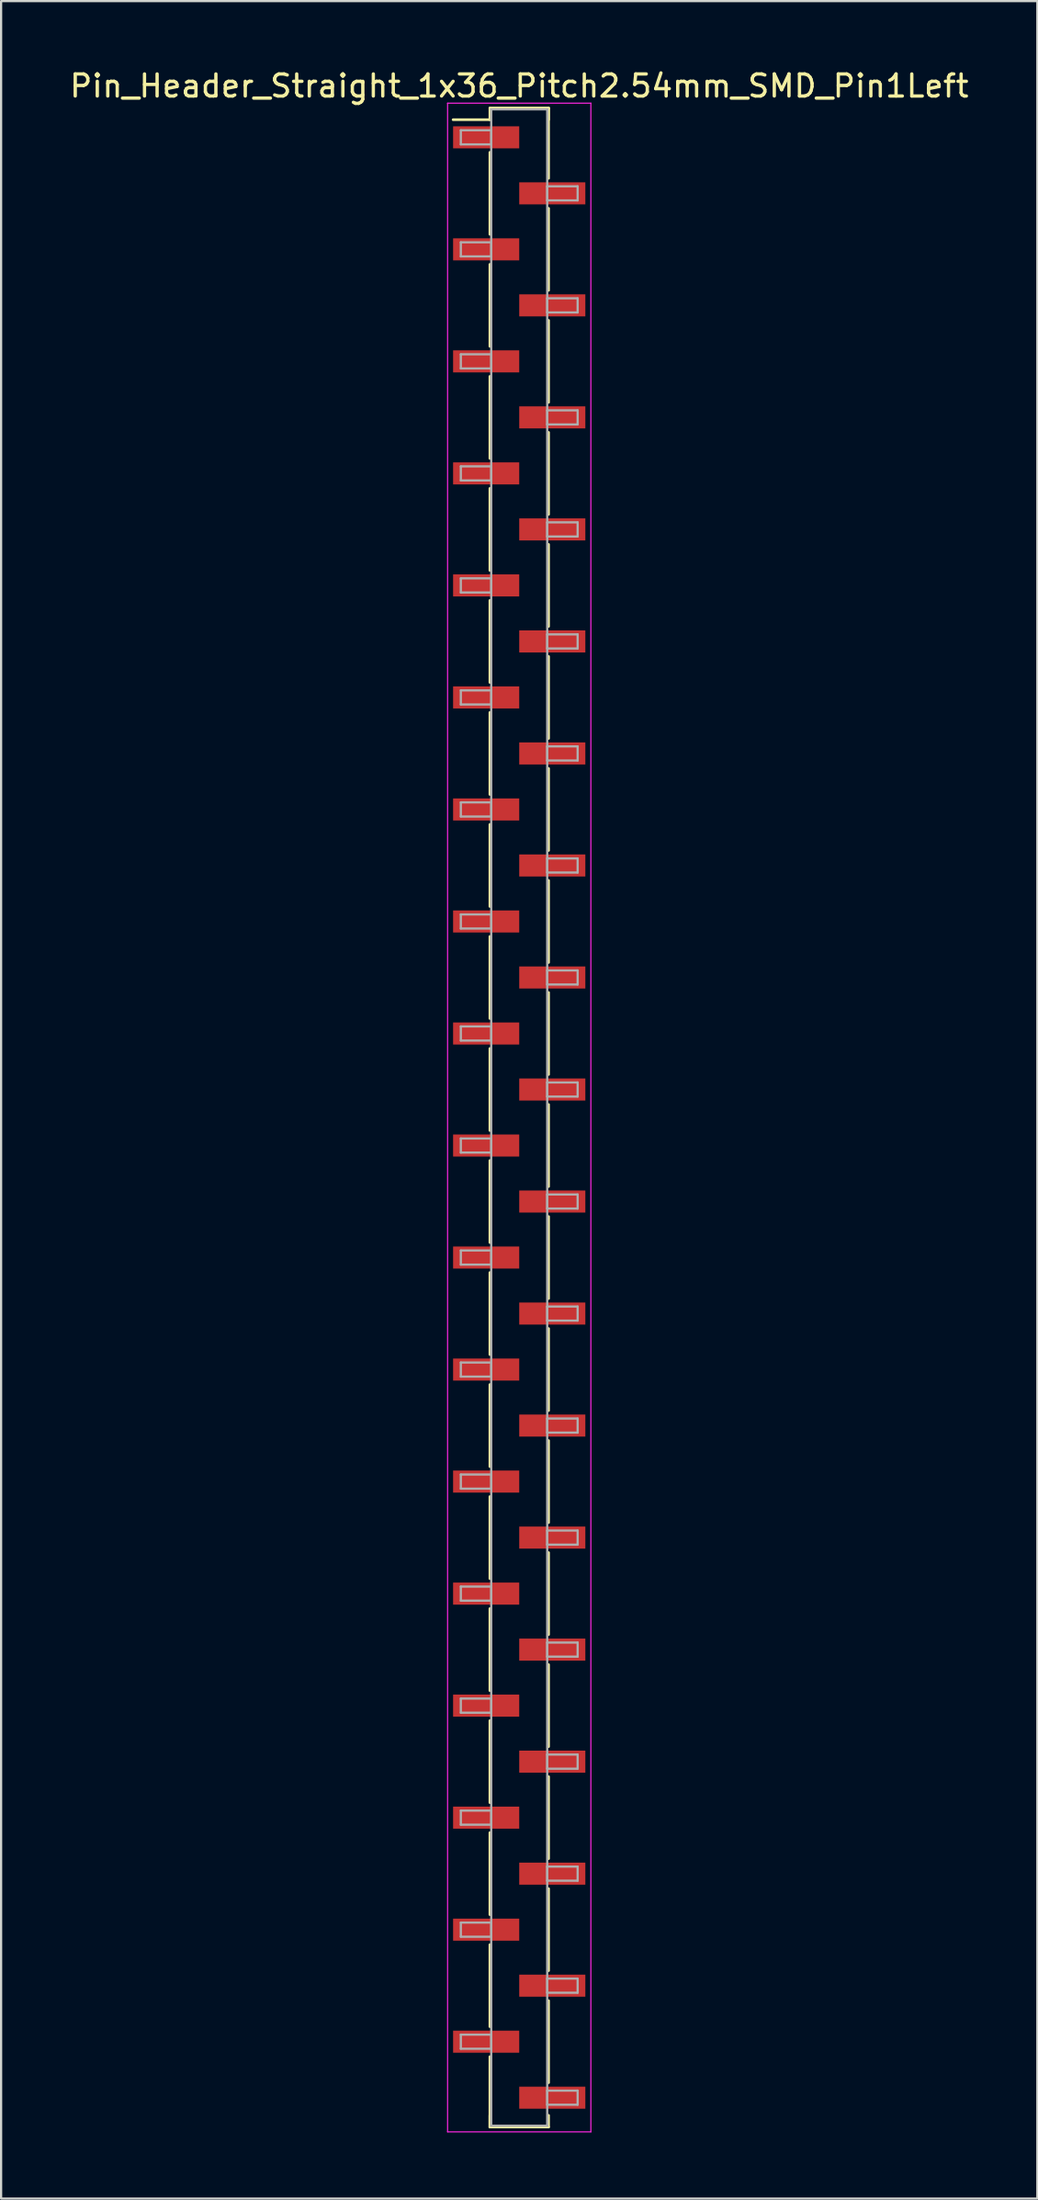
<source format=kicad_pcb>
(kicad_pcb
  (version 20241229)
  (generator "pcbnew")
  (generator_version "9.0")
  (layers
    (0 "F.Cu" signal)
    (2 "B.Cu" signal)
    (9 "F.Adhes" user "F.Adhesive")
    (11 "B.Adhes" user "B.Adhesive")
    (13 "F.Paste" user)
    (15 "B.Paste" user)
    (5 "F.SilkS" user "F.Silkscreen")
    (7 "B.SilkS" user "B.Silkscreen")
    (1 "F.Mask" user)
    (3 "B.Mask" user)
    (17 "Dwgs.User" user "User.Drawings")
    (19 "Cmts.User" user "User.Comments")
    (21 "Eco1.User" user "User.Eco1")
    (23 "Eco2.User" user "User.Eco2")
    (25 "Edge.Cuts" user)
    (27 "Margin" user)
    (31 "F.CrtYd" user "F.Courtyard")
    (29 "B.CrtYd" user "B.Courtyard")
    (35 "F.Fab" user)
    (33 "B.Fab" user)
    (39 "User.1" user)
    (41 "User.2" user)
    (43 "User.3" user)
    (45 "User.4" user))
  (footprint "Pin_Header_Straight_1x36_Pitch2.54mm_SMD_Pin1Left"
    (layer "F.Cu")
    (at 20.506 47.628)
    (property "Reference" "Pin_Header_Straight_1x36_Pitch2.54mm_SMD_Pin1Left" (at 0 -46.78 0) (layer "F.SilkS") (effects (font (size 1 1) (thickness 0.15))))
    (attr smd)
    (fp_line (start -1.33 -45.78) (end 1.33 -45.78) (stroke (width 0.12) (type solid)) (layer "F.SilkS"))
    (fp_line (start -1.33 -45.25) (end -3 -45.25) (stroke (width 0.12) (type solid)) (layer "F.SilkS"))
    (fp_line (start -1.33 -45.25) (end -1.33 -45.78) (stroke (width 0.12) (type solid)) (layer "F.SilkS"))
    (fp_line (start -1.33 -43.77) (end -1.33 -40.05) (stroke (width 0.12) (type solid)) (layer "F.SilkS"))
    (fp_line (start -1.33 -38.69) (end -1.33 -34.97) (stroke (width 0.12) (type solid)) (layer "F.SilkS"))
    (fp_line (start -1.33 -33.61) (end -1.33 -29.89) (stroke (width 0.12) (type solid)) (layer "F.SilkS"))
    (fp_line (start -1.33 -28.53) (end -1.33 -24.81) (stroke (width 0.12) (type solid)) (layer "F.SilkS"))
    (fp_line (start -1.33 -23.45) (end -1.33 -19.73) (stroke (width 0.12) (type solid)) (layer "F.SilkS"))
    (fp_line (start -1.33 -18.37) (end -1.33 -14.65) (stroke (width 0.12) (type solid)) (layer "F.SilkS"))
    (fp_line (start -1.33 -13.29) (end -1.33 -9.57) (stroke (width 0.12) (type solid)) (layer "F.SilkS"))
    (fp_line (start -1.33 -8.21) (end -1.33 -4.49) (stroke (width 0.12) (type solid)) (layer "F.SilkS"))
    (fp_line (start -1.33 -3.13) (end -1.33 0.59) (stroke (width 0.12) (type solid)) (layer "F.SilkS"))
    (fp_line (start -1.33 1.95) (end -1.33 5.67) (stroke (width 0.12) (type solid)) (layer "F.SilkS"))
    (fp_line (start -1.33 7.03) (end -1.33 10.75) (stroke (width 0.12) (type solid)) (layer "F.SilkS"))
    (fp_line (start -1.33 12.11) (end -1.33 15.83) (stroke (width 0.12) (type solid)) (layer "F.SilkS"))
    (fp_line (start -1.33 17.19) (end -1.33 20.91) (stroke (width 0.12) (type solid)) (layer "F.SilkS"))
    (fp_line (start -1.33 22.27) (end -1.33 25.99) (stroke (width 0.12) (type solid)) (layer "F.SilkS"))
    (fp_line (start -1.33 27.35) (end -1.33 31.07) (stroke (width 0.12) (type solid)) (layer "F.SilkS"))
    (fp_line (start -1.33 32.43) (end -1.33 36.15) (stroke (width 0.12) (type solid)) (layer "F.SilkS"))
    (fp_line (start -1.33 37.51) (end -1.33 41.23) (stroke (width 0.12) (type solid)) (layer "F.SilkS"))
    (fp_line (start -1.33 42.59) (end -1.33 45.78) (stroke (width 0.12) (type solid)) (layer "F.SilkS"))
    (fp_line (start -1.33 45.25) (end -1.33 45.78) (stroke (width 0.12) (type solid)) (layer "F.SilkS"))
    (fp_line (start -1.33 45.78) (end 1.33 45.78) (stroke (width 0.12) (type solid)) (layer "F.SilkS"))
    (fp_line (start 1.33 -45.78) (end 1.33 -45.25) (stroke (width 0.12) (type solid)) (layer "F.SilkS"))
    (fp_line (start 1.33 -45.78) (end 1.33 -42.59) (stroke (width 0.12) (type solid)) (layer "F.SilkS"))
    (fp_line (start 1.33 -41.23) (end 1.33 -37.51) (stroke (width 0.12) (type solid)) (layer "F.SilkS"))
    (fp_line (start 1.33 -36.15) (end 1.33 -32.43) (stroke (width 0.12) (type solid)) (layer "F.SilkS"))
    (fp_line (start 1.33 -31.07) (end 1.33 -27.35) (stroke (width 0.12) (type solid)) (layer "F.SilkS"))
    (fp_line (start 1.33 -25.99) (end 1.33 -22.27) (stroke (width 0.12) (type solid)) (layer "F.SilkS"))
    (fp_line (start 1.33 -20.91) (end 1.33 -17.19) (stroke (width 0.12) (type solid)) (layer "F.SilkS"))
    (fp_line (start 1.33 -15.83) (end 1.33 -12.11) (stroke (width 0.12) (type solid)) (layer "F.SilkS"))
    (fp_line (start 1.33 -10.75) (end 1.33 -7.03) (stroke (width 0.12) (type solid)) (layer "F.SilkS"))
    (fp_line (start 1.33 -5.67) (end 1.33 -1.95) (stroke (width 0.12) (type solid)) (layer "F.SilkS"))
    (fp_line (start 1.33 -0.59) (end 1.33 3.13) (stroke (width 0.12) (type solid)) (layer "F.SilkS"))
    (fp_line (start 1.33 4.49) (end 1.33 8.21) (stroke (width 0.12) (type solid)) (layer "F.SilkS"))
    (fp_line (start 1.33 9.57) (end 1.33 13.29) (stroke (width 0.12) (type solid)) (layer "F.SilkS"))
    (fp_line (start 1.33 14.65) (end 1.33 18.37) (stroke (width 0.12) (type solid)) (layer "F.SilkS"))
    (fp_line (start 1.33 19.73) (end 1.33 23.45) (stroke (width 0.12) (type solid)) (layer "F.SilkS"))
    (fp_line (start 1.33 24.81) (end 1.33 28.53) (stroke (width 0.12) (type solid)) (layer "F.SilkS"))
    (fp_line (start 1.33 29.89) (end 1.33 33.61) (stroke (width 0.12) (type solid)) (layer "F.SilkS"))
    (fp_line (start 1.33 34.97) (end 1.33 38.69) (stroke (width 0.12) (type solid)) (layer "F.SilkS"))
    (fp_line (start 1.33 40.05) (end 1.33 43.77) (stroke (width 0.12) (type solid)) (layer "F.SilkS"))
    (fp_line (start 1.33 45.78) (end 1.33 45.25) (stroke (width 0.12) (type solid)) (layer "F.SilkS"))
    (fp_line (start -3.25 -46) (end -3.25 46) (stroke (width 0.05) (type solid)) (layer "F.CrtYd"))
    (fp_line (start -3.25 46) (end 3.25 46) (stroke (width 0.05) (type solid)) (layer "F.CrtYd"))
    (fp_line (start 3.25 -46) (end -3.25 -46) (stroke (width 0.05) (type solid)) (layer "F.CrtYd"))
    (fp_line (start 3.25 46) (end 3.25 -46) (stroke (width 0.05) (type solid)) (layer "F.CrtYd"))
    (fp_line (start -2.65 -44.77) (end -1.27 -44.77) (stroke (width 0.1) (type solid)) (layer "F.Fab"))
    (fp_line (start -2.65 -44.13) (end -2.65 -44.77) (stroke (width 0.1) (type solid)) (layer "F.Fab"))
    (fp_line (start -2.65 -39.69) (end -1.27 -39.69) (stroke (width 0.1) (type solid)) (layer "F.Fab"))
    (fp_line (start -2.65 -39.05) (end -2.65 -39.69) (stroke (width 0.1) (type solid)) (layer "F.Fab"))
    (fp_line (start -2.65 -34.61) (end -1.27 -34.61) (stroke (width 0.1) (type solid)) (layer "F.Fab"))
    (fp_line (start -2.65 -33.97) (end -2.65 -34.61) (stroke (width 0.1) (type solid)) (layer "F.Fab"))
    (fp_line (start -2.65 -29.53) (end -1.27 -29.53) (stroke (width 0.1) (type solid)) (layer "F.Fab"))
    (fp_line (start -2.65 -28.89) (end -2.65 -29.53) (stroke (width 0.1) (type solid)) (layer "F.Fab"))
    (fp_line (start -2.65 -24.45) (end -1.27 -24.45) (stroke (width 0.1) (type solid)) (layer "F.Fab"))
    (fp_line (start -2.65 -23.81) (end -2.65 -24.45) (stroke (width 0.1) (type solid)) (layer "F.Fab"))
    (fp_line (start -2.65 -19.37) (end -1.27 -19.37) (stroke (width 0.1) (type solid)) (layer "F.Fab"))
    (fp_line (start -2.65 -18.73) (end -2.65 -19.37) (stroke (width 0.1) (type solid)) (layer "F.Fab"))
    (fp_line (start -2.65 -14.29) (end -1.27 -14.29) (stroke (width 0.1) (type solid)) (layer "F.Fab"))
    (fp_line (start -2.65 -13.65) (end -2.65 -14.29) (stroke (width 0.1) (type solid)) (layer "F.Fab"))
    (fp_line (start -2.65 -9.21) (end -1.27 -9.21) (stroke (width 0.1) (type solid)) (layer "F.Fab"))
    (fp_line (start -2.65 -8.57) (end -2.65 -9.21) (stroke (width 0.1) (type solid)) (layer "F.Fab"))
    (fp_line (start -2.65 -4.13) (end -1.27 -4.13) (stroke (width 0.1) (type solid)) (layer "F.Fab"))
    (fp_line (start -2.65 -3.49) (end -2.65 -4.13) (stroke (width 0.1) (type solid)) (layer "F.Fab"))
    (fp_line (start -2.65 0.95) (end -1.27 0.95) (stroke (width 0.1) (type solid)) (layer "F.Fab"))
    (fp_line (start -2.65 1.59) (end -2.65 0.95) (stroke (width 0.1) (type solid)) (layer "F.Fab"))
    (fp_line (start -2.65 6.03) (end -1.27 6.03) (stroke (width 0.1) (type solid)) (layer "F.Fab"))
    (fp_line (start -2.65 6.67) (end -2.65 6.03) (stroke (width 0.1) (type solid)) (layer "F.Fab"))
    (fp_line (start -2.65 11.11) (end -1.27 11.11) (stroke (width 0.1) (type solid)) (layer "F.Fab"))
    (fp_line (start -2.65 11.75) (end -2.65 11.11) (stroke (width 0.1) (type solid)) (layer "F.Fab"))
    (fp_line (start -2.65 16.19) (end -1.27 16.19) (stroke (width 0.1) (type solid)) (layer "F.Fab"))
    (fp_line (start -2.65 16.83) (end -2.65 16.19) (stroke (width 0.1) (type solid)) (layer "F.Fab"))
    (fp_line (start -2.65 21.27) (end -1.27 21.27) (stroke (width 0.1) (type solid)) (layer "F.Fab"))
    (fp_line (start -2.65 21.91) (end -2.65 21.27) (stroke (width 0.1) (type solid)) (layer "F.Fab"))
    (fp_line (start -2.65 26.35) (end -1.27 26.35) (stroke (width 0.1) (type solid)) (layer "F.Fab"))
    (fp_line (start -2.65 26.99) (end -2.65 26.35) (stroke (width 0.1) (type solid)) (layer "F.Fab"))
    (fp_line (start -2.65 31.43) (end -1.27 31.43) (stroke (width 0.1) (type solid)) (layer "F.Fab"))
    (fp_line (start -2.65 32.07) (end -2.65 31.43) (stroke (width 0.1) (type solid)) (layer "F.Fab"))
    (fp_line (start -2.65 36.51) (end -1.27 36.51) (stroke (width 0.1) (type solid)) (layer "F.Fab"))
    (fp_line (start -2.65 37.15) (end -2.65 36.51) (stroke (width 0.1) (type solid)) (layer "F.Fab"))
    (fp_line (start -2.65 41.59) (end -1.27 41.59) (stroke (width 0.1) (type solid)) (layer "F.Fab"))
    (fp_line (start -2.65 42.23) (end -2.65 41.59) (stroke (width 0.1) (type solid)) (layer "F.Fab"))
    (fp_line (start -1.27 -45.72) (end -1.27 45.72) (stroke (width 0.1) (type solid)) (layer "F.Fab"))
    (fp_line (start -1.27 -44.77) (end -1.27 -44.13) (stroke (width 0.1) (type solid)) (layer "F.Fab"))
    (fp_line (start -1.27 -44.13) (end -2.65 -44.13) (stroke (width 0.1) (type solid)) (layer "F.Fab"))
    (fp_line (start -1.27 -39.69) (end -1.27 -39.05) (stroke (width 0.1) (type solid)) (layer "F.Fab"))
    (fp_line (start -1.27 -39.05) (end -2.65 -39.05) (stroke (width 0.1) (type solid)) (layer "F.Fab"))
    (fp_line (start -1.27 -34.61) (end -1.27 -33.97) (stroke (width 0.1) (type solid)) (layer "F.Fab"))
    (fp_line (start -1.27 -33.97) (end -2.65 -33.97) (stroke (width 0.1) (type solid)) (layer "F.Fab"))
    (fp_line (start -1.27 -29.53) (end -1.27 -28.89) (stroke (width 0.1) (type solid)) (layer "F.Fab"))
    (fp_line (start -1.27 -28.89) (end -2.65 -28.89) (stroke (width 0.1) (type solid)) (layer "F.Fab"))
    (fp_line (start -1.27 -24.45) (end -1.27 -23.81) (stroke (width 0.1) (type solid)) (layer "F.Fab"))
    (fp_line (start -1.27 -23.81) (end -2.65 -23.81) (stroke (width 0.1) (type solid)) (layer "F.Fab"))
    (fp_line (start -1.27 -19.37) (end -1.27 -18.73) (stroke (width 0.1) (type solid)) (layer "F.Fab"))
    (fp_line (start -1.27 -18.73) (end -2.65 -18.73) (stroke (width 0.1) (type solid)) (layer "F.Fab"))
    (fp_line (start -1.27 -14.29) (end -1.27 -13.65) (stroke (width 0.1) (type solid)) (layer "F.Fab"))
    (fp_line (start -1.27 -13.65) (end -2.65 -13.65) (stroke (width 0.1) (type solid)) (layer "F.Fab"))
    (fp_line (start -1.27 -9.21) (end -1.27 -8.57) (stroke (width 0.1) (type solid)) (layer "F.Fab"))
    (fp_line (start -1.27 -8.57) (end -2.65 -8.57) (stroke (width 0.1) (type solid)) (layer "F.Fab"))
    (fp_line (start -1.27 -4.13) (end -1.27 -3.49) (stroke (width 0.1) (type solid)) (layer "F.Fab"))
    (fp_line (start -1.27 -3.49) (end -2.65 -3.49) (stroke (width 0.1) (type solid)) (layer "F.Fab"))
    (fp_line (start -1.27 0.95) (end -1.27 1.59) (stroke (width 0.1) (type solid)) (layer "F.Fab"))
    (fp_line (start -1.27 1.59) (end -2.65 1.59) (stroke (width 0.1) (type solid)) (layer "F.Fab"))
    (fp_line (start -1.27 6.03) (end -1.27 6.67) (stroke (width 0.1) (type solid)) (layer "F.Fab"))
    (fp_line (start -1.27 6.67) (end -2.65 6.67) (stroke (width 0.1) (type solid)) (layer "F.Fab"))
    (fp_line (start -1.27 11.11) (end -1.27 11.75) (stroke (width 0.1) (type solid)) (layer "F.Fab"))
    (fp_line (start -1.27 11.75) (end -2.65 11.75) (stroke (width 0.1) (type solid)) (layer "F.Fab"))
    (fp_line (start -1.27 16.19) (end -1.27 16.83) (stroke (width 0.1) (type solid)) (layer "F.Fab"))
    (fp_line (start -1.27 16.83) (end -2.65 16.83) (stroke (width 0.1) (type solid)) (layer "F.Fab"))
    (fp_line (start -1.27 21.27) (end -1.27 21.91) (stroke (width 0.1) (type solid)) (layer "F.Fab"))
    (fp_line (start -1.27 21.91) (end -2.65 21.91) (stroke (width 0.1) (type solid)) (layer "F.Fab"))
    (fp_line (start -1.27 26.35) (end -1.27 26.99) (stroke (width 0.1) (type solid)) (layer "F.Fab"))
    (fp_line (start -1.27 26.99) (end -2.65 26.99) (stroke (width 0.1) (type solid)) (layer "F.Fab"))
    (fp_line (start -1.27 31.43) (end -1.27 32.07) (stroke (width 0.1) (type solid)) (layer "F.Fab"))
    (fp_line (start -1.27 32.07) (end -2.65 32.07) (stroke (width 0.1) (type solid)) (layer "F.Fab"))
    (fp_line (start -1.27 36.51) (end -1.27 37.15) (stroke (width 0.1) (type solid)) (layer "F.Fab"))
    (fp_line (start -1.27 37.15) (end -2.65 37.15) (stroke (width 0.1) (type solid)) (layer "F.Fab"))
    (fp_line (start -1.27 41.59) (end -1.27 42.23) (stroke (width 0.1) (type solid)) (layer "F.Fab"))
    (fp_line (start -1.27 42.23) (end -2.65 42.23) (stroke (width 0.1) (type solid)) (layer "F.Fab"))
    (fp_line (start -1.27 45.72) (end 1.27 45.72) (stroke (width 0.1) (type solid)) (layer "F.Fab"))
    (fp_line (start 1.27 -45.72) (end -1.27 -45.72) (stroke (width 0.1) (type solid)) (layer "F.Fab"))
    (fp_line (start 1.27 -42.23) (end 1.27 -41.59) (stroke (width 0.1) (type solid)) (layer "F.Fab"))
    (fp_line (start 1.27 -41.59) (end 2.65 -41.59) (stroke (width 0.1) (type solid)) (layer "F.Fab"))
    (fp_line (start 1.27 -37.15) (end 1.27 -36.51) (stroke (width 0.1) (type solid)) (layer "F.Fab"))
    (fp_line (start 1.27 -36.51) (end 2.65 -36.51) (stroke (width 0.1) (type solid)) (layer "F.Fab"))
    (fp_line (start 1.27 -32.07) (end 1.27 -31.43) (stroke (width 0.1) (type solid)) (layer "F.Fab"))
    (fp_line (start 1.27 -31.43) (end 2.65 -31.43) (stroke (width 0.1) (type solid)) (layer "F.Fab"))
    (fp_line (start 1.27 -26.99) (end 1.27 -26.35) (stroke (width 0.1) (type solid)) (layer "F.Fab"))
    (fp_line (start 1.27 -26.35) (end 2.65 -26.35) (stroke (width 0.1) (type solid)) (layer "F.Fab"))
    (fp_line (start 1.27 -21.91) (end 1.27 -21.27) (stroke (width 0.1) (type solid)) (layer "F.Fab"))
    (fp_line (start 1.27 -21.27) (end 2.65 -21.27) (stroke (width 0.1) (type solid)) (layer "F.Fab"))
    (fp_line (start 1.27 -16.83) (end 1.27 -16.19) (stroke (width 0.1) (type solid)) (layer "F.Fab"))
    (fp_line (start 1.27 -16.19) (end 2.65 -16.19) (stroke (width 0.1) (type solid)) (layer "F.Fab"))
    (fp_line (start 1.27 -11.75) (end 1.27 -11.11) (stroke (width 0.1) (type solid)) (layer "F.Fab"))
    (fp_line (start 1.27 -11.11) (end 2.65 -11.11) (stroke (width 0.1) (type solid)) (layer "F.Fab"))
    (fp_line (start 1.27 -6.67) (end 1.27 -6.03) (stroke (width 0.1) (type solid)) (layer "F.Fab"))
    (fp_line (start 1.27 -6.03) (end 2.65 -6.03) (stroke (width 0.1) (type solid)) (layer "F.Fab"))
    (fp_line (start 1.27 -1.59) (end 1.27 -0.95) (stroke (width 0.1) (type solid)) (layer "F.Fab"))
    (fp_line (start 1.27 -0.95) (end 2.65 -0.95) (stroke (width 0.1) (type solid)) (layer "F.Fab"))
    (fp_line (start 1.27 3.49) (end 1.27 4.13) (stroke (width 0.1) (type solid)) (layer "F.Fab"))
    (fp_line (start 1.27 4.13) (end 2.65 4.13) (stroke (width 0.1) (type solid)) (layer "F.Fab"))
    (fp_line (start 1.27 8.57) (end 1.27 9.21) (stroke (width 0.1) (type solid)) (layer "F.Fab"))
    (fp_line (start 1.27 9.21) (end 2.65 9.21) (stroke (width 0.1) (type solid)) (layer "F.Fab"))
    (fp_line (start 1.27 13.65) (end 1.27 14.29) (stroke (width 0.1) (type solid)) (layer "F.Fab"))
    (fp_line (start 1.27 14.29) (end 2.65 14.29) (stroke (width 0.1) (type solid)) (layer "F.Fab"))
    (fp_line (start 1.27 18.73) (end 1.27 19.37) (stroke (width 0.1) (type solid)) (layer "F.Fab"))
    (fp_line (start 1.27 19.37) (end 2.65 19.37) (stroke (width 0.1) (type solid)) (layer "F.Fab"))
    (fp_line (start 1.27 23.81) (end 1.27 24.45) (stroke (width 0.1) (type solid)) (layer "F.Fab"))
    (fp_line (start 1.27 24.45) (end 2.65 24.45) (stroke (width 0.1) (type solid)) (layer "F.Fab"))
    (fp_line (start 1.27 28.89) (end 1.27 29.53) (stroke (width 0.1) (type solid)) (layer "F.Fab"))
    (fp_line (start 1.27 29.53) (end 2.65 29.53) (stroke (width 0.1) (type solid)) (layer "F.Fab"))
    (fp_line (start 1.27 33.97) (end 1.27 34.61) (stroke (width 0.1) (type solid)) (layer "F.Fab"))
    (fp_line (start 1.27 34.61) (end 2.65 34.61) (stroke (width 0.1) (type solid)) (layer "F.Fab"))
    (fp_line (start 1.27 39.05) (end 1.27 39.69) (stroke (width 0.1) (type solid)) (layer "F.Fab"))
    (fp_line (start 1.27 39.69) (end 2.65 39.69) (stroke (width 0.1) (type solid)) (layer "F.Fab"))
    (fp_line (start 1.27 44.13) (end 1.27 44.77) (stroke (width 0.1) (type solid)) (layer "F.Fab"))
    (fp_line (start 1.27 44.77) (end 2.65 44.77) (stroke (width 0.1) (type solid)) (layer "F.Fab"))
    (fp_line (start 1.27 45.72) (end 1.27 -45.72) (stroke (width 0.1) (type solid)) (layer "F.Fab"))
    (fp_line (start 2.65 -42.23) (end 1.27 -42.23) (stroke (width 0.1) (type solid)) (layer "F.Fab"))
    (fp_line (start 2.65 -41.59) (end 2.65 -42.23) (stroke (width 0.1) (type solid)) (layer "F.Fab"))
    (fp_line (start 2.65 -37.15) (end 1.27 -37.15) (stroke (width 0.1) (type solid)) (layer "F.Fab"))
    (fp_line (start 2.65 -36.51) (end 2.65 -37.15) (stroke (width 0.1) (type solid)) (layer "F.Fab"))
    (fp_line (start 2.65 -32.07) (end 1.27 -32.07) (stroke (width 0.1) (type solid)) (layer "F.Fab"))
    (fp_line (start 2.65 -31.43) (end 2.65 -32.07) (stroke (width 0.1) (type solid)) (layer "F.Fab"))
    (fp_line (start 2.65 -26.99) (end 1.27 -26.99) (stroke (width 0.1) (type solid)) (layer "F.Fab"))
    (fp_line (start 2.65 -26.35) (end 2.65 -26.99) (stroke (width 0.1) (type solid)) (layer "F.Fab"))
    (fp_line (start 2.65 -21.91) (end 1.27 -21.91) (stroke (width 0.1) (type solid)) (layer "F.Fab"))
    (fp_line (start 2.65 -21.27) (end 2.65 -21.91) (stroke (width 0.1) (type solid)) (layer "F.Fab"))
    (fp_line (start 2.65 -16.83) (end 1.27 -16.83) (stroke (width 0.1) (type solid)) (layer "F.Fab"))
    (fp_line (start 2.65 -16.19) (end 2.65 -16.83) (stroke (width 0.1) (type solid)) (layer "F.Fab"))
    (fp_line (start 2.65 -11.75) (end 1.27 -11.75) (stroke (width 0.1) (type solid)) (layer "F.Fab"))
    (fp_line (start 2.65 -11.11) (end 2.65 -11.75) (stroke (width 0.1) (type solid)) (layer "F.Fab"))
    (fp_line (start 2.65 -6.67) (end 1.27 -6.67) (stroke (width 0.1) (type solid)) (layer "F.Fab"))
    (fp_line (start 2.65 -6.03) (end 2.65 -6.67) (stroke (width 0.1) (type solid)) (layer "F.Fab"))
    (fp_line (start 2.65 -1.59) (end 1.27 -1.59) (stroke (width 0.1) (type solid)) (layer "F.Fab"))
    (fp_line (start 2.65 -0.95) (end 2.65 -1.59) (stroke (width 0.1) (type solid)) (layer "F.Fab"))
    (fp_line (start 2.65 3.49) (end 1.27 3.49) (stroke (width 0.1) (type solid)) (layer "F.Fab"))
    (fp_line (start 2.65 4.13) (end 2.65 3.49) (stroke (width 0.1) (type solid)) (layer "F.Fab"))
    (fp_line (start 2.65 8.57) (end 1.27 8.57) (stroke (width 0.1) (type solid)) (layer "F.Fab"))
    (fp_line (start 2.65 9.21) (end 2.65 8.57) (stroke (width 0.1) (type solid)) (layer "F.Fab"))
    (fp_line (start 2.65 13.65) (end 1.27 13.65) (stroke (width 0.1) (type solid)) (layer "F.Fab"))
    (fp_line (start 2.65 14.29) (end 2.65 13.65) (stroke (width 0.1) (type solid)) (layer "F.Fab"))
    (fp_line (start 2.65 18.73) (end 1.27 18.73) (stroke (width 0.1) (type solid)) (layer "F.Fab"))
    (fp_line (start 2.65 19.37) (end 2.65 18.73) (stroke (width 0.1) (type solid)) (layer "F.Fab"))
    (fp_line (start 2.65 23.81) (end 1.27 23.81) (stroke (width 0.1) (type solid)) (layer "F.Fab"))
    (fp_line (start 2.65 24.45) (end 2.65 23.81) (stroke (width 0.1) (type solid)) (layer "F.Fab"))
    (fp_line (start 2.65 28.89) (end 1.27 28.89) (stroke (width 0.1) (type solid)) (layer "F.Fab"))
    (fp_line (start 2.65 29.53) (end 2.65 28.89) (stroke (width 0.1) (type solid)) (layer "F.Fab"))
    (fp_line (start 2.65 33.97) (end 1.27 33.97) (stroke (width 0.1) (type solid)) (layer "F.Fab"))
    (fp_line (start 2.65 34.61) (end 2.65 33.97) (stroke (width 0.1) (type solid)) (layer "F.Fab"))
    (fp_line (start 2.65 39.05) (end 1.27 39.05) (stroke (width 0.1) (type solid)) (layer "F.Fab"))
    (fp_line (start 2.65 39.69) (end 2.65 39.05) (stroke (width 0.1) (type solid)) (layer "F.Fab"))
    (fp_line (start 2.65 44.13) (end 1.27 44.13) (stroke (width 0.1) (type solid)) (layer "F.Fab"))
    (fp_line (start 2.65 44.77) (end 2.65 44.13) (stroke (width 0.1) (type solid)) (layer "F.Fab"))
    (pad "1" smd rect (at -1.5 -44.45) (size 3 1) (layers "F.Cu" "F.Mask"))
    (pad "2" smd rect (at 1.5 -41.91) (size 3 1) (layers "F.Cu" "F.Mask"))
    (pad "3" smd rect (at -1.5 -39.37) (size 3 1) (layers "F.Cu" "F.Mask"))
    (pad "4" smd rect (at 1.5 -36.83) (size 3 1) (layers "F.Cu" "F.Mask"))
    (pad "5" smd rect (at -1.5 -34.29) (size 3 1) (layers "F.Cu" "F.Mask"))
    (pad "6" smd rect (at 1.5 -31.75) (size 3 1) (layers "F.Cu" "F.Mask"))
    (pad "7" smd rect (at -1.5 -29.21) (size 3 1) (layers "F.Cu" "F.Mask"))
    (pad "8" smd rect (at 1.5 -26.67) (size 3 1) (layers "F.Cu" "F.Mask"))
    (pad "9" smd rect (at -1.5 -24.13) (size 3 1) (layers "F.Cu" "F.Mask"))
    (pad "10" smd rect (at 1.5 -21.59) (size 3 1) (layers "F.Cu" "F.Mask"))
    (pad "11" smd rect (at -1.5 -19.05) (size 3 1) (layers "F.Cu" "F.Mask"))
    (pad "12" smd rect (at 1.5 -16.51) (size 3 1) (layers "F.Cu" "F.Mask"))
    (pad "13" smd rect (at -1.5 -13.97) (size 3 1) (layers "F.Cu" "F.Mask"))
    (pad "14" smd rect (at 1.5 -11.43) (size 3 1) (layers "F.Cu" "F.Mask"))
    (pad "15" smd rect (at -1.5 -8.89) (size 3 1) (layers "F.Cu" "F.Mask"))
    (pad "16" smd rect (at 1.5 -6.35) (size 3 1) (layers "F.Cu" "F.Mask"))
    (pad "17" smd rect (at -1.5 -3.81) (size 3 1) (layers "F.Cu" "F.Mask"))
    (pad "18" smd rect (at 1.5 -1.27) (size 3 1) (layers "F.Cu" "F.Mask"))
    (pad "19" smd rect (at -1.5 1.27) (size 3 1) (layers "F.Cu" "F.Mask"))
    (pad "20" smd rect (at 1.5 3.81) (size 3 1) (layers "F.Cu" "F.Mask"))
    (pad "21" smd rect (at -1.5 6.35) (size 3 1) (layers "F.Cu" "F.Mask"))
    (pad "22" smd rect (at 1.5 8.89) (size 3 1) (layers "F.Cu" "F.Mask"))
    (pad "23" smd rect (at -1.5 11.43) (size 3 1) (layers "F.Cu" "F.Mask"))
    (pad "24" smd rect (at 1.5 13.97) (size 3 1) (layers "F.Cu" "F.Mask"))
    (pad "25" smd rect (at -1.5 16.51) (size 3 1) (layers "F.Cu" "F.Mask"))
    (pad "26" smd rect (at 1.5 19.05) (size 3 1) (layers "F.Cu" "F.Mask"))
    (pad "27" smd rect (at -1.5 21.59) (size 3 1) (layers "F.Cu" "F.Mask"))
    (pad "28" smd rect (at 1.5 24.13) (size 3 1) (layers "F.Cu" "F.Mask"))
    (pad "29" smd rect (at -1.5 26.67) (size 3 1) (layers "F.Cu" "F.Mask"))
    (pad "30" smd rect (at 1.5 29.21) (size 3 1) (layers "F.Cu" "F.Mask"))
    (pad "31" smd rect (at -1.5 31.75) (size 3 1) (layers "F.Cu" "F.Mask"))
    (pad "32" smd rect (at 1.5 34.29) (size 3 1) (layers "F.Cu" "F.Mask"))
    (pad "33" smd rect (at -1.5 36.83) (size 3 1) (layers "F.Cu" "F.Mask"))
    (pad "34" smd rect (at 1.5 39.37) (size 3 1) (layers "F.Cu" "F.Mask"))
    (pad "35" smd rect (at -1.5 41.91) (size 3 1) (layers "F.Cu" "F.Mask"))
    (pad "36" smd rect (at 1.5 44.45) (size 3 1) (layers "F.Cu" "F.Mask")))
  (gr_rect
    (start -3 -3)
    (end 44.012 96.653)
    (stroke (width 0.1) (type default))
    (fill no)
    (layer "Edge.Cuts")))
</source>
